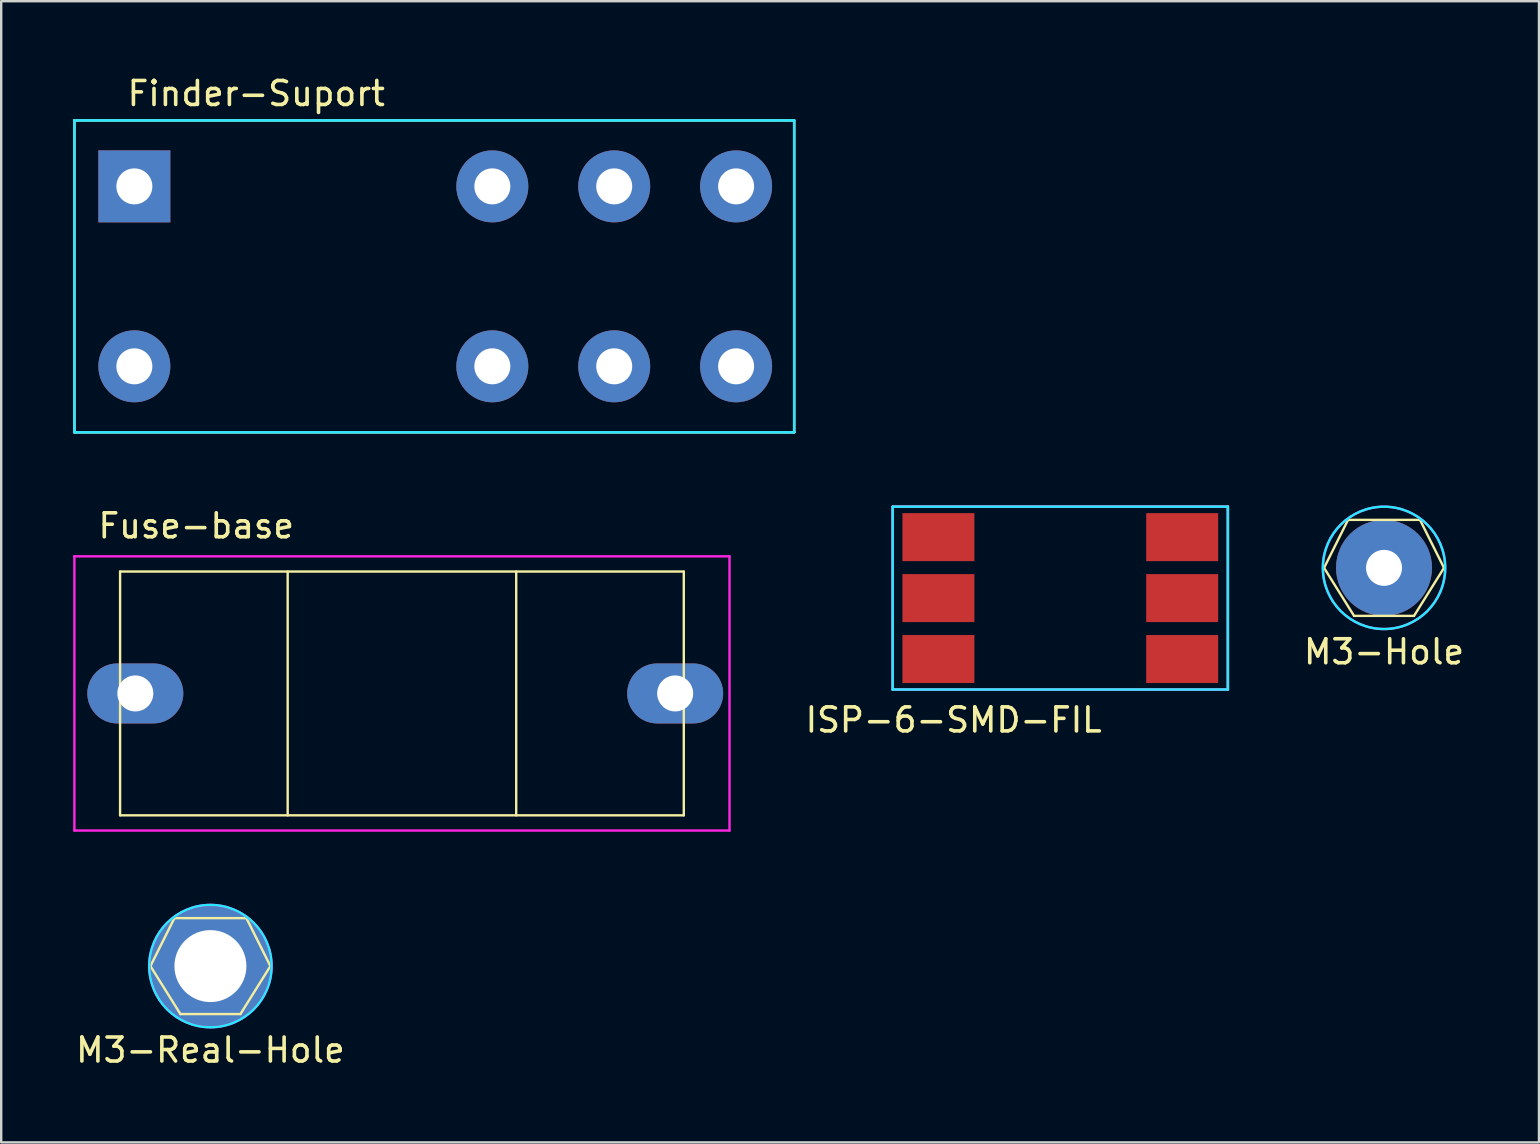
<source format=kicad_pcb>
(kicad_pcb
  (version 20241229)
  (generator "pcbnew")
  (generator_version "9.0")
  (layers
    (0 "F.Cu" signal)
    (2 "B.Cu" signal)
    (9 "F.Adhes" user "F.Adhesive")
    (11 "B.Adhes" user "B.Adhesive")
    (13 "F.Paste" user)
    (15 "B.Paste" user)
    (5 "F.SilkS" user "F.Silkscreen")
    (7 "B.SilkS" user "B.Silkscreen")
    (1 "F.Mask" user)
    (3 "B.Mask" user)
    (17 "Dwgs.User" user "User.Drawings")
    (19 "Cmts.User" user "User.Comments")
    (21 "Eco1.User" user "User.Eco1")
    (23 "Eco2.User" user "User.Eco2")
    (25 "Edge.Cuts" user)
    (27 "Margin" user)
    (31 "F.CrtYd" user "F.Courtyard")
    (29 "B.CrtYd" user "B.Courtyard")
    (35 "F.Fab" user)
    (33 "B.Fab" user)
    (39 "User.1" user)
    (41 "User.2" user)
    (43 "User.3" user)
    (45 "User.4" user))
  (footprint "Fuse-base"
    (layer "F.Cu")
    (at 2.59 25.852)
    (property "Reference" "Fuse-base" (at 2.54 -6.985 0) (layer "F.SilkS") (effects (font (size 1 1) (thickness 0.15))))
    (attr through_hole)
    (fp_line (start -0.635 -5.08) (end 22.86 -5.08) (stroke (width 0.1) (type solid)) (layer "F.SilkS"))
    (fp_line (start -0.635 5.08) (end -0.635 -5.08) (stroke (width 0.1) (type solid)) (layer "F.SilkS"))
    (fp_line (start 6.35 -5.08) (end 6.35 5.08) (stroke (width 0.1) (type solid)) (layer "F.SilkS"))
    (fp_line (start 15.875 -5.08) (end 15.875 5.08) (stroke (width 0.1) (type solid)) (layer "F.SilkS"))
    (fp_line (start 22.86 -5.08) (end 22.86 5.08) (stroke (width 0.1) (type solid)) (layer "F.SilkS"))
    (fp_line (start 22.86 5.08) (end -0.635 5.08) (stroke (width 0.1) (type solid)) (layer "F.SilkS"))
    (fp_line (start -2.54 -5.715) (end 24.765 -5.715) (stroke (width 0.1) (type solid)) (layer "F.CrtYd"))
    (fp_line (start -2.54 5.715) (end -2.54 -5.715) (stroke (width 0.1) (type solid)) (layer "F.CrtYd"))
    (fp_line (start 24.765 -5.715) (end 24.765 5.715) (stroke (width 0.1) (type solid)) (layer "F.CrtYd"))
    (fp_line (start 24.765 5.715) (end -2.54 5.715) (stroke (width 0.1) (type solid)) (layer "F.CrtYd"))
    (pad "1" thru_hole oval (at 0 0) (size 4 2.5) (drill 1.5) (layers "*.Cu" "*.Mask"))
    (pad "2" thru_hole oval (at 22.5 0) (size 4 2.5) (drill 1.5) (layers "*.Cu" "*.Mask")))
  (footprint "Finder-Suport"
    (layer "F.Cu")
    (at 2.55 8.468)
    (property "Reference" "Finder-Suport" (at 5.08 -7.62 0) (layer "F.SilkS") (effects (font (size 1 1) (thickness 0.15))))
    (attr through_hole)
    (fp_line (start -2.5 -6.5) (end 27.5 -6.5) (stroke (width 0.1) (type solid)) (layer "F.SilkS"))
    (fp_line (start -2.5 6.5) (end -2.5 -6.5) (stroke (width 0.1) (type solid)) (layer "F.SilkS"))
    (fp_line (start 27.5 -6.5) (end 27.5 6.5) (stroke (width 0.1) (type solid)) (layer "F.SilkS"))
    (fp_line (start 27.5 6.5) (end -2.5 6.5) (stroke (width 0.1) (type solid)) (layer "F.SilkS"))
    (fp_line (start -2.5 -6.5) (end 27.5 -6.5) (stroke (width 0.1) (type solid)) (layer "B.CrtYd"))
    (fp_line (start -2.5 6.5) (end -2.5 -6.5) (stroke (width 0.1) (type solid)) (layer "B.CrtYd"))
    (fp_line (start 27.5 -6.5) (end 27.5 6.5) (stroke (width 0.1) (type solid)) (layer "B.CrtYd"))
    (fp_line (start 27.5 6.5) (end -2.5 6.5) (stroke (width 0.1) (type solid)) (layer "B.CrtYd"))
    (fp_line (start -2.5 -6.5) (end 27.5 -6.5) (stroke (width 0.1) (type solid)) (layer "F.Fab"))
    (fp_line (start -2.5 6.5) (end -2.5 -6.5) (stroke (width 0.1) (type solid)) (layer "F.Fab"))
    (fp_line (start 27.5 -6.5) (end 27.5 6.5) (stroke (width 0.1) (type solid)) (layer "F.Fab"))
    (fp_line (start 27.5 6.5) (end -2.5 6.5) (stroke (width 0.1) (type solid)) (layer "F.Fab"))
    (pad "11" thru_hole circle (at 20 -3.75) (size 3 3) (drill 1.5) (layers "*.Cu" "*.Mask"))
    (pad "12" thru_hole circle (at 14.92 -3.75) (size 3 3) (drill 1.5) (layers "*.Cu" "*.Mask"))
    (pad "14" thru_hole circle (at 25.08 -3.75) (size 3 3) (drill 1.5) (layers "*.Cu" "*.Mask"))
    (pad "21" thru_hole circle (at 20 3.75) (size 3 3) (drill 1.5) (layers "*.Cu" "*.Mask"))
    (pad "22" thru_hole circle (at 14.92 3.75) (size 3 3) (drill 1.5) (layers "*.Cu" "*.Mask"))
    (pad "24" thru_hole circle (at 25.08 3.75) (size 3 3) (drill 1.5) (layers "*.Cu" "*.Mask"))
    (pad "A1" thru_hole rect (at 0 -3.75) (size 3 3) (drill 1.5) (layers "*.Cu" "*.Mask"))
    (pad "A2" thru_hole circle (at 0 3.75) (size 3 3) (drill 1.5) (layers "*.Cu" "*.Mask")))
  (footprint "M3-Hole"
    (layer "F.Cu")
    (at 54.635 20.618)
    (property "Reference" "M3-Hole" (at 0 3.5 0) (layer "F.SilkS") (effects (font (size 1 1) (thickness 0.15))))
    (attr through_hole)
    (fp_line (start -2.5 0) (end -1.5 -2) (stroke (width 0.1) (type solid)) (layer "F.SilkS"))
    (fp_line (start -1.5 -2) (end 1.5 -2) (stroke (width 0.1) (type solid)) (layer "F.SilkS"))
    (fp_line (start -1.25 2) (end -2.5 0) (stroke (width 0.1) (type solid)) (layer "F.SilkS"))
    (fp_line (start 1.25 2) (end -1.25 2) (stroke (width 0.1) (type solid)) (layer "F.SilkS"))
    (fp_line (start 1.5 -2) (end 2.5 0) (stroke (width 0.1) (type solid)) (layer "F.SilkS"))
    (fp_line (start 2.5 0) (end 1.25 2) (stroke (width 0.1) (type solid)) (layer "F.SilkS"))
    (fp_circle (center 0 0) (end 2.5 -0.5) (stroke (width 0.1) (type solid)) (fill no) (layer "B.CrtYd"))
    (fp_circle (center 0 0) (end 2.5 -0.5) (stroke (width 0.1) (type solid)) (fill no) (layer "F.CrtYd"))
    (pad "1" thru_hole circle (at 0 0) (size 4 4) (drill 1.5) (layers "*.Cu" "*.Mask")))
  (footprint "M3-Real-Hole"
    (layer "F.Cu")
    (at 5.72 37.216)
    (property "Reference" "M3-Real-Hole" (at 0 3.5 0) (layer "F.SilkS") (effects (font (size 1 1) (thickness 0.15))))
    (attr through_hole)
    (fp_line (start -2.5 0) (end -1.5 -2) (stroke (width 0.1) (type solid)) (layer "F.SilkS"))
    (fp_line (start -1.5 -2) (end 1.5 -2) (stroke (width 0.1) (type solid)) (layer "F.SilkS"))
    (fp_line (start -1.25 2) (end -2.5 0) (stroke (width 0.1) (type solid)) (layer "F.SilkS"))
    (fp_line (start 1.25 2) (end -1.25 2) (stroke (width 0.1) (type solid)) (layer "F.SilkS"))
    (fp_line (start 1.5 -2) (end 2.5 0) (stroke (width 0.1) (type solid)) (layer "F.SilkS"))
    (fp_line (start 2.5 0) (end 1.25 2) (stroke (width 0.1) (type solid)) (layer "F.SilkS"))
    (fp_circle (center 0 0) (end 2.5 -0.5) (stroke (width 0.1) (type solid)) (fill no) (layer "B.CrtYd"))
    (fp_circle (center 0 0) (end 2.5 -0.5) (stroke (width 0.1) (type solid)) (fill no) (layer "F.CrtYd"))
    (pad "1" thru_hole circle (at 0 0) (size 5 5) (drill 3) (layers "*.Cu" "*.Mask")))
  (footprint "ISP-6-SMD-FIL"
    (layer "F.Cu")
    (at 36.062 19.338)
    (property "Reference" "ISP-6-SMD-FIL" (at 0.635 7.62 0) (layer "F.SilkS") (effects (font (size 1 1) (thickness 0.15))))
    (attr through_hole)
    (fp_line (start -1.905 -1.27) (end 12.065 -1.27) (stroke (width 0.1) (type solid)) (layer "F.SilkS"))
    (fp_line (start -1.905 6.35) (end -1.905 -1.27) (stroke (width 0.1) (type solid)) (layer "F.SilkS"))
    (fp_line (start 12.065 -1.27) (end 12.065 6.35) (stroke (width 0.1) (type solid)) (layer "F.SilkS"))
    (fp_line (start 12.065 6.35) (end -1.905 6.35) (stroke (width 0.1) (type solid)) (layer "F.SilkS"))
    (fp_line (start -1.905 -1.27) (end 12.065 -1.27) (stroke (width 0.1) (type solid)) (layer "B.CrtYd"))
    (fp_line (start -1.905 6.35) (end -1.905 -1.27) (stroke (width 0.1) (type solid)) (layer "B.CrtYd"))
    (fp_line (start 12.065 -1.27) (end 12.065 6.35) (stroke (width 0.1) (type solid)) (layer "B.CrtYd"))
    (fp_line (start 12.065 6.35) (end -1.905 6.35) (stroke (width 0.1) (type solid)) (layer "B.CrtYd"))
    (fp_line (start -1.905 -1.27) (end 12.065 -1.27) (stroke (width 0.1) (type solid)) (layer "F.CrtYd"))
    (fp_line (start -1.905 6.35) (end -1.905 -1.27) (stroke (width 0.1) (type solid)) (layer "F.CrtYd"))
    (fp_line (start 12.065 -1.27) (end 12.065 6.35) (stroke (width 0.1) (type solid)) (layer "F.CrtYd"))
    (fp_line (start 12.065 6.35) (end -1.905 6.35) (stroke (width 0.1) (type solid)) (layer "F.CrtYd"))
    (pad "1" smd rect (at 0 0) (size 3 2) (layers "F.Cu" "F.Mask" "F.Paste"))
    (pad "2" smd rect (at 10.16 0) (size 3 2) (layers "F.Cu" "F.Mask" "F.Paste"))
    (pad "3" smd rect (at 0 2.54) (size 3 2) (layers "F.Cu" "F.Mask" "F.Paste"))
    (pad "4" smd rect (at 10.16 2.54) (size 3 2) (layers "F.Cu" "F.Mask" "F.Paste"))
    (pad "5" smd rect (at 0 5.08) (size 3 2) (layers "F.Cu" "F.Mask" "F.Paste"))
    (pad "6" smd rect (at 10.16 5.08) (size 3 2) (layers "F.Cu" "F.Mask" "F.Paste")))
  (gr_rect
    (start -3 -3)
    (end 61.093 44.564)
    (stroke (width 0.1) (type default))
    (fill no)
    (layer "Edge.Cuts")))
</source>
